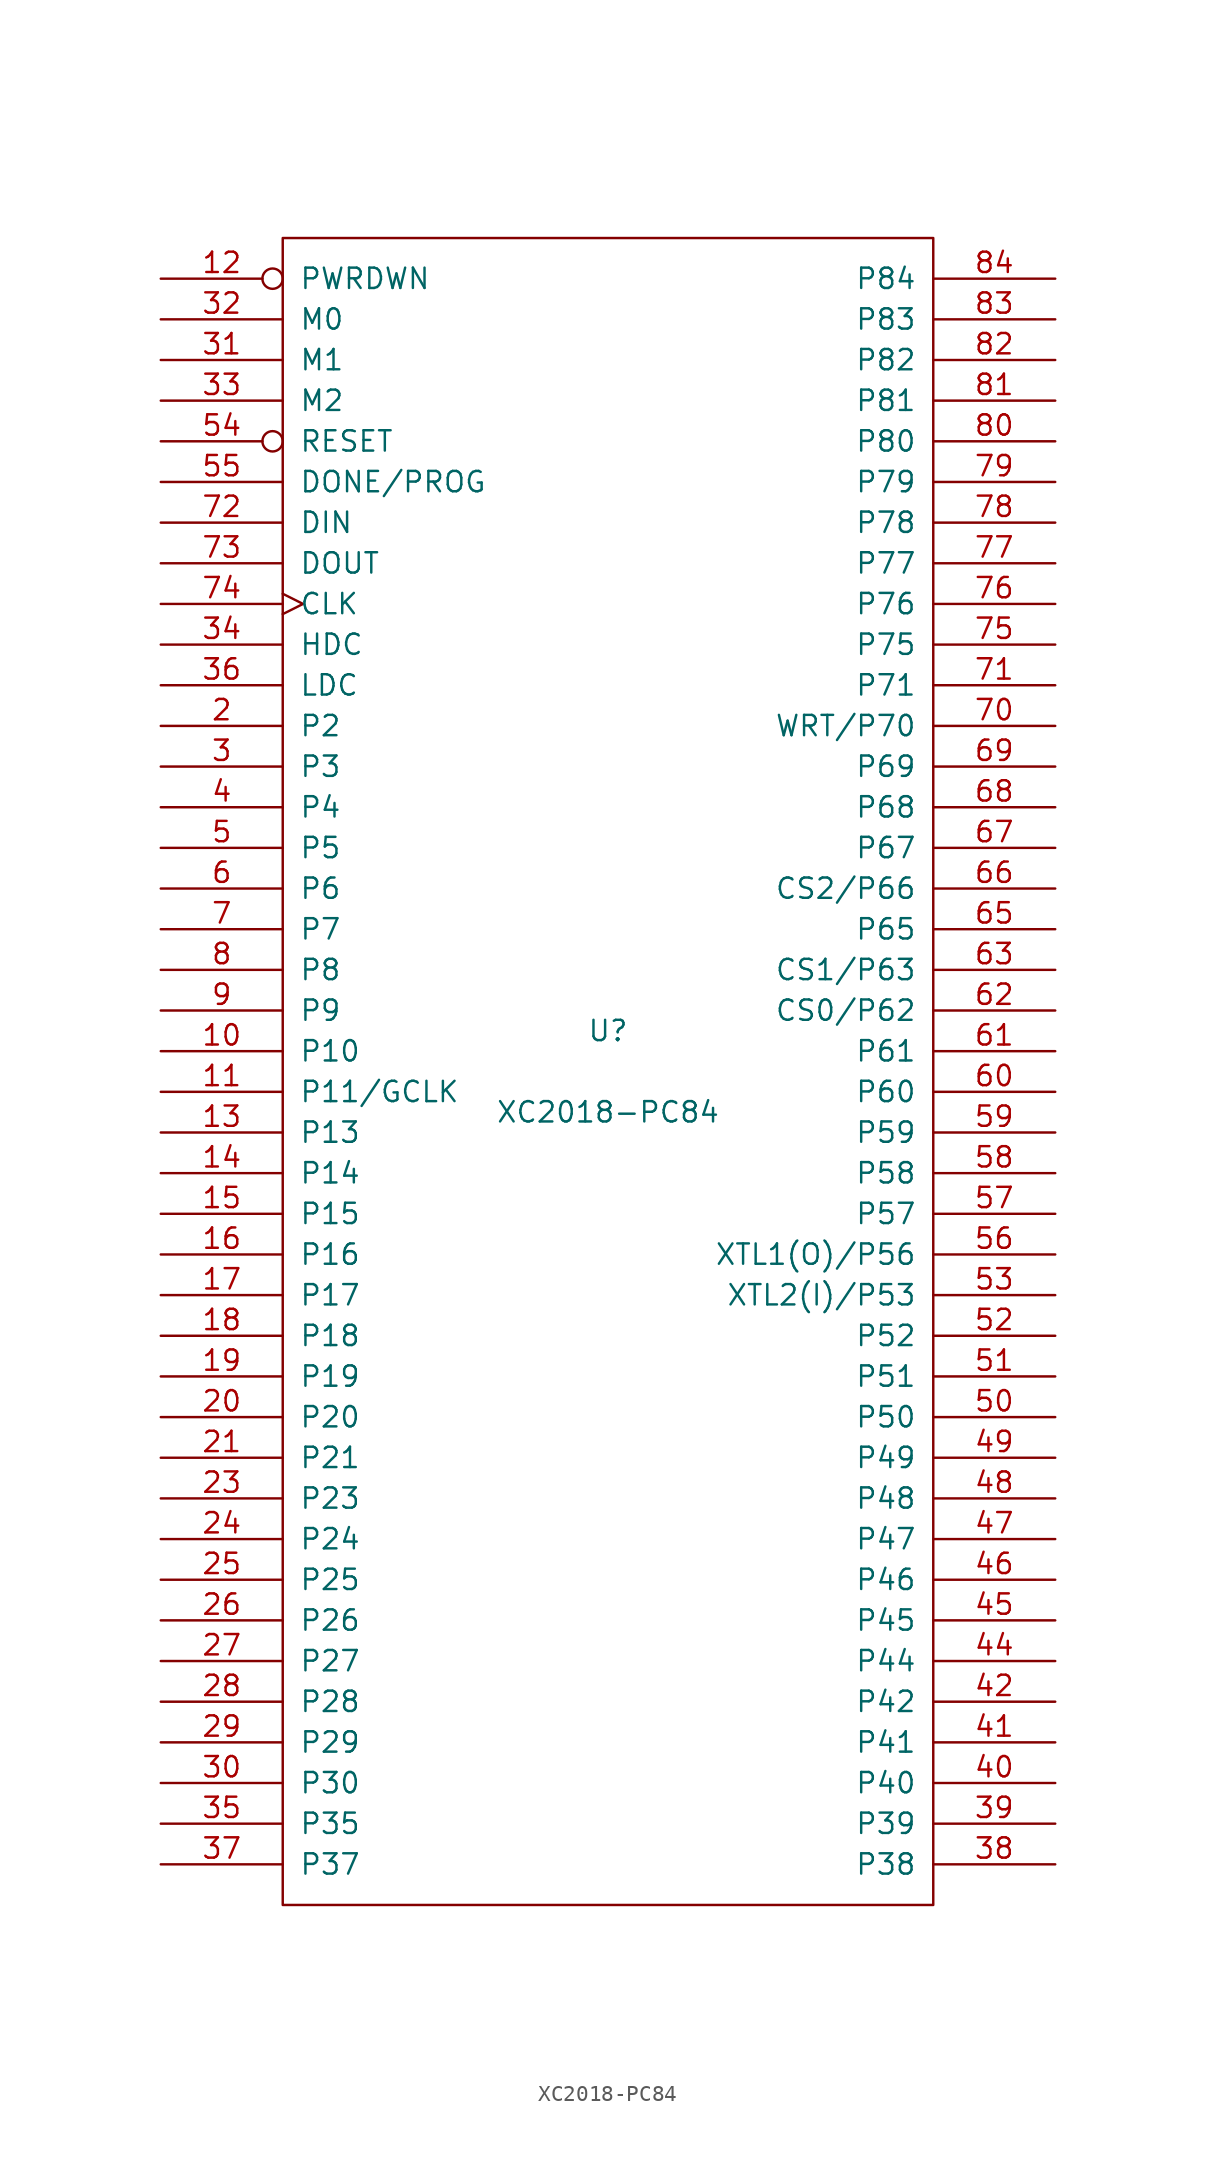
<source format=kicad_sym>
(kicad_symbol_lib
  (version 20201005)
  (generator kicad_symbol_editor)
  (symbol "FPGA_Xilinx:XC2018-PC84"
    (pin_names
      (offset 1.016))
    (property "Reference" "U"
      (at 0 2.54 0)
      (effects (font (size 1.27 1.27))))
    (property "Value" "XC2018-PC84"
      (at 0 -2.54 0)
      (effects (font (size 1.27 1.27))))
    (symbol "XC2018-PC84_0_1"
      (rectangle (start -20.32 -52.07) (end 20.32 52.07) (stroke (width 0)) (fill (type none))))
    (symbol "XC2018-PC84_1_1"
      (pin power_in line (at -2.54 -52.07 90) (length 0) hide (name "GND" (effects (font (size 1.27 1.27)))) (number "1" (effects (font (size 1.27 1.27)))))
      (pin passive line (at -27.94 1.27 0) (length 7.62) (name "P10" (effects (font (size 1.27 1.27)))) (number "10" (effects (font (size 1.27 1.27)))))
      (pin passive line (at -27.94 -1.27 0) (length 7.62) (name "P11/GCLK" (effects (font (size 1.27 1.27)))) (number "11" (effects (font (size 1.27 1.27)))))
      (pin input inverted (at -27.94 49.53 0) (length 7.62) (name "PWRDWN" (effects (font (size 1.27 1.27)))) (number "12" (effects (font (size 1.27 1.27)))))
      (pin passive line (at -27.94 -3.81 0) (length 7.62) (name "P13" (effects (font (size 1.27 1.27)))) (number "13" (effects (font (size 1.27 1.27)))))
      (pin passive line (at -27.94 -6.35 0) (length 7.62) (name "P14" (effects (font (size 1.27 1.27)))) (number "14" (effects (font (size 1.27 1.27)))))
      (pin passive line (at -27.94 -8.89 0) (length 7.62) (name "P15" (effects (font (size 1.27 1.27)))) (number "15" (effects (font (size 1.27 1.27)))))
      (pin passive line (at -27.94 -11.43 0) (length 7.62) (name "P16" (effects (font (size 1.27 1.27)))) (number "16" (effects (font (size 1.27 1.27)))))
      (pin passive line (at -27.94 -13.97 0) (length 7.62) (name "P17" (effects (font (size 1.27 1.27)))) (number "17" (effects (font (size 1.27 1.27)))))
      (pin passive line (at -27.94 -16.51 0) (length 7.62) (name "P18" (effects (font (size 1.27 1.27)))) (number "18" (effects (font (size 1.27 1.27)))))
      (pin passive line (at -27.94 -19.05 0) (length 7.62) (name "P19" (effects (font (size 1.27 1.27)))) (number "19" (effects (font (size 1.27 1.27)))))
      (pin passive line (at -27.94 21.59 0) (length 7.62) (name "P2" (effects (font (size 1.27 1.27)))) (number "2" (effects (font (size 1.27 1.27)))))
      (pin passive line (at -27.94 -21.59 0) (length 7.62) (name "P20" (effects (font (size 1.27 1.27)))) (number "20" (effects (font (size 1.27 1.27)))))
      (pin passive line (at -27.94 -24.13 0) (length 7.62) (name "P21" (effects (font (size 1.27 1.27)))) (number "21" (effects (font (size 1.27 1.27)))))
      (pin power_in line (at 0 52.07 270) (length 0) hide (name "VCC" (effects (font (size 1.27 1.27)))) (number "22" (effects (font (size 1.27 1.27)))))
      (pin passive line (at -27.94 -26.67 0) (length 7.62) (name "P23" (effects (font (size 1.27 1.27)))) (number "23" (effects (font (size 1.27 1.27)))))
      (pin passive line (at -27.94 -29.21 0) (length 7.62) (name "P24" (effects (font (size 1.27 1.27)))) (number "24" (effects (font (size 1.27 1.27)))))
      (pin passive line (at -27.94 -31.75 0) (length 7.62) (name "P25" (effects (font (size 1.27 1.27)))) (number "25" (effects (font (size 1.27 1.27)))))
      (pin passive line (at -27.94 -34.29 0) (length 7.62) (name "P26" (effects (font (size 1.27 1.27)))) (number "26" (effects (font (size 1.27 1.27)))))
      (pin passive line (at -27.94 -36.83 0) (length 7.62) (name "P27" (effects (font (size 1.27 1.27)))) (number "27" (effects (font (size 1.27 1.27)))))
      (pin passive line (at -27.94 -39.37 0) (length 7.62) (name "P28" (effects (font (size 1.27 1.27)))) (number "28" (effects (font (size 1.27 1.27)))))
      (pin passive line (at -27.94 -41.91 0) (length 7.62) (name "P29" (effects (font (size 1.27 1.27)))) (number "29" (effects (font (size 1.27 1.27)))))
      (pin passive line (at -27.94 19.05 0) (length 7.62) (name "P3" (effects (font (size 1.27 1.27)))) (number "3" (effects (font (size 1.27 1.27)))))
      (pin passive line (at -27.94 -44.45 0) (length 7.62) (name "P30" (effects (font (size 1.27 1.27)))) (number "30" (effects (font (size 1.27 1.27)))))
      (pin input line (at -27.94 44.45 0) (length 7.62) (name "M1" (effects (font (size 1.27 1.27)))) (number "31" (effects (font (size 1.27 1.27)))))
      (pin input line (at -27.94 46.99 0) (length 7.62) (name "M0" (effects (font (size 1.27 1.27)))) (number "32" (effects (font (size 1.27 1.27)))))
      (pin bidirectional line (at -27.94 41.91 0) (length 7.62) (name "M2" (effects (font (size 1.27 1.27)))) (number "33" (effects (font (size 1.27 1.27)))))
      (pin passive line (at -27.94 26.67 0) (length 7.62) (name "HDC" (effects (font (size 1.27 1.27)))) (number "34" (effects (font (size 1.27 1.27)))))
      (pin passive line (at -27.94 -46.99 0) (length 7.62) (name "P35" (effects (font (size 1.27 1.27)))) (number "35" (effects (font (size 1.27 1.27)))))
      (pin passive line (at -27.94 24.13 0) (length 7.62) (name "LDC" (effects (font (size 1.27 1.27)))) (number "36" (effects (font (size 1.27 1.27)))))
      (pin passive line (at -27.94 -49.53 0) (length 7.62) (name "P37" (effects (font (size 1.27 1.27)))) (number "37" (effects (font (size 1.27 1.27)))))
      (pin passive line (at 27.94 -49.53 180) (length 7.62) (name "P38" (effects (font (size 1.27 1.27)))) (number "38" (effects (font (size 1.27 1.27)))))
      (pin passive line (at 27.94 -46.99 180) (length 7.62) (name "P39" (effects (font (size 1.27 1.27)))) (number "39" (effects (font (size 1.27 1.27)))))
      (pin passive line (at -27.94 16.51 0) (length 7.62) (name "P4" (effects (font (size 1.27 1.27)))) (number "4" (effects (font (size 1.27 1.27)))))
      (pin passive line (at 27.94 -44.45 180) (length 7.62) (name "P40" (effects (font (size 1.27 1.27)))) (number "40" (effects (font (size 1.27 1.27)))))
      (pin passive line (at 27.94 -41.91 180) (length 7.62) (name "P41" (effects (font (size 1.27 1.27)))) (number "41" (effects (font (size 1.27 1.27)))))
      (pin passive line (at 27.94 -39.37 180) (length 7.62) (name "P42" (effects (font (size 1.27 1.27)))) (number "42" (effects (font (size 1.27 1.27)))))
      (pin power_in line (at 0 -52.07 90) (length 0) hide (name "GND" (effects (font (size 1.27 1.27)))) (number "43" (effects (font (size 1.27 1.27)))))
      (pin passive line (at 27.94 -36.83 180) (length 7.62) (name "P44" (effects (font (size 1.27 1.27)))) (number "44" (effects (font (size 1.27 1.27)))))
      (pin passive line (at 27.94 -34.29 180) (length 7.62) (name "P45" (effects (font (size 1.27 1.27)))) (number "45" (effects (font (size 1.27 1.27)))))
      (pin passive line (at 27.94 -31.75 180) (length 7.62) (name "P46" (effects (font (size 1.27 1.27)))) (number "46" (effects (font (size 1.27 1.27)))))
      (pin passive line (at 27.94 -29.21 180) (length 7.62) (name "P47" (effects (font (size 1.27 1.27)))) (number "47" (effects (font (size 1.27 1.27)))))
      (pin passive line (at 27.94 -26.67 180) (length 7.62) (name "P48" (effects (font (size 1.27 1.27)))) (number "48" (effects (font (size 1.27 1.27)))))
      (pin passive line (at 27.94 -24.13 180) (length 7.62) (name "P49" (effects (font (size 1.27 1.27)))) (number "49" (effects (font (size 1.27 1.27)))))
      (pin passive line (at -27.94 13.97 0) (length 7.62) (name "P5" (effects (font (size 1.27 1.27)))) (number "5" (effects (font (size 1.27 1.27)))))
      (pin passive line (at 27.94 -21.59 180) (length 7.62) (name "P50" (effects (font (size 1.27 1.27)))) (number "50" (effects (font (size 1.27 1.27)))))
      (pin passive line (at 27.94 -19.05 180) (length 7.62) (name "P51" (effects (font (size 1.27 1.27)))) (number "51" (effects (font (size 1.27 1.27)))))
      (pin passive line (at 27.94 -16.51 180) (length 7.62) (name "P52" (effects (font (size 1.27 1.27)))) (number "52" (effects (font (size 1.27 1.27)))))
      (pin passive line (at 27.94 -13.97 180) (length 7.62) (name "XTL2(I)/P53" (effects (font (size 1.27 1.27)))) (number "53" (effects (font (size 1.27 1.27)))))
      (pin input inverted (at -27.94 39.37 0) (length 7.62) (name "RESET" (effects (font (size 1.27 1.27)))) (number "54" (effects (font (size 1.27 1.27)))))
      (pin bidirectional line (at -27.94 36.83 0) (length 7.62) (name "DONE/PROG" (effects (font (size 1.27 1.27)))) (number "55" (effects (font (size 1.27 1.27)))))
      (pin passive line (at 27.94 -11.43 180) (length 7.62) (name "XTL1(O)/P56" (effects (font (size 1.27 1.27)))) (number "56" (effects (font (size 1.27 1.27)))))
      (pin passive line (at 27.94 -8.89 180) (length 7.62) (name "P57" (effects (font (size 1.27 1.27)))) (number "57" (effects (font (size 1.27 1.27)))))
      (pin passive line (at 27.94 -6.35 180) (length 7.62) (name "P58" (effects (font (size 1.27 1.27)))) (number "58" (effects (font (size 1.27 1.27)))))
      (pin passive line (at 27.94 -3.81 180) (length 7.62) (name "P59" (effects (font (size 1.27 1.27)))) (number "59" (effects (font (size 1.27 1.27)))))
      (pin passive line (at -27.94 11.43 0) (length 7.62) (name "P6" (effects (font (size 1.27 1.27)))) (number "6" (effects (font (size 1.27 1.27)))))
      (pin passive line (at 27.94 -1.27 180) (length 7.62) (name "P60" (effects (font (size 1.27 1.27)))) (number "60" (effects (font (size 1.27 1.27)))))
      (pin passive line (at 27.94 1.27 180) (length 7.62) (name "P61" (effects (font (size 1.27 1.27)))) (number "61" (effects (font (size 1.27 1.27)))))
      (pin passive line (at 27.94 3.81 180) (length 7.62) (name "CS0/P62" (effects (font (size 1.27 1.27)))) (number "62" (effects (font (size 1.27 1.27)))))
      (pin passive line (at 27.94 6.35 180) (length 7.62) (name "CS1/P63" (effects (font (size 1.27 1.27)))) (number "63" (effects (font (size 1.27 1.27)))))
      (pin power_in line (at -2.54 52.07 270) (length 0) hide (name "VCC" (effects (font (size 1.27 1.27)))) (number "64" (effects (font (size 1.27 1.27)))))
      (pin passive line (at 27.94 8.89 180) (length 7.62) (name "P65" (effects (font (size 1.27 1.27)))) (number "65" (effects (font (size 1.27 1.27)))))
      (pin passive line (at 27.94 11.43 180) (length 7.62) (name "CS2/P66" (effects (font (size 1.27 1.27)))) (number "66" (effects (font (size 1.27 1.27)))))
      (pin passive line (at 27.94 13.97 180) (length 7.62) (name "P67" (effects (font (size 1.27 1.27)))) (number "67" (effects (font (size 1.27 1.27)))))
      (pin passive line (at 27.94 16.51 180) (length 7.62) (name "P68" (effects (font (size 1.27 1.27)))) (number "68" (effects (font (size 1.27 1.27)))))
      (pin passive line (at 27.94 19.05 180) (length 7.62) (name "P69" (effects (font (size 1.27 1.27)))) (number "69" (effects (font (size 1.27 1.27)))))
      (pin passive line (at -27.94 8.89 0) (length 7.62) (name "P7" (effects (font (size 1.27 1.27)))) (number "7" (effects (font (size 1.27 1.27)))))
      (pin passive line (at 27.94 21.59 180) (length 7.62) (name "WRT/P70" (effects (font (size 1.27 1.27)))) (number "70" (effects (font (size 1.27 1.27)))))
      (pin passive line (at 27.94 24.13 180) (length 7.62) (name "P71" (effects (font (size 1.27 1.27)))) (number "71" (effects (font (size 1.27 1.27)))))
      (pin input line (at -27.94 34.29 0) (length 7.62) (name "DIN" (effects (font (size 1.27 1.27)))) (number "72" (effects (font (size 1.27 1.27)))))
      (pin passive line (at -27.94 31.75 0) (length 7.62) (name "DOUT" (effects (font (size 1.27 1.27)))) (number "73" (effects (font (size 1.27 1.27)))))
      (pin bidirectional clock (at -27.94 29.21 0) (length 7.62) (name "CLK" (effects (font (size 1.27 1.27)))) (number "74" (effects (font (size 1.27 1.27)))))
      (pin passive line (at 27.94 26.67 180) (length 7.62) (name "P75" (effects (font (size 1.27 1.27)))) (number "75" (effects (font (size 1.27 1.27)))))
      (pin passive line (at 27.94 29.21 180) (length 7.62) (name "P76" (effects (font (size 1.27 1.27)))) (number "76" (effects (font (size 1.27 1.27)))))
      (pin passive line (at 27.94 31.75 180) (length 7.62) (name "P77" (effects (font (size 1.27 1.27)))) (number "77" (effects (font (size 1.27 1.27)))))
      (pin passive line (at 27.94 34.29 180) (length 7.62) (name "P78" (effects (font (size 1.27 1.27)))) (number "78" (effects (font (size 1.27 1.27)))))
      (pin passive line (at 27.94 36.83 180) (length 7.62) (name "P79" (effects (font (size 1.27 1.27)))) (number "79" (effects (font (size 1.27 1.27)))))
      (pin passive line (at -27.94 6.35 0) (length 7.62) (name "P8" (effects (font (size 1.27 1.27)))) (number "8" (effects (font (size 1.27 1.27)))))
      (pin passive line (at 27.94 39.37 180) (length 7.62) (name "P80" (effects (font (size 1.27 1.27)))) (number "80" (effects (font (size 1.27 1.27)))))
      (pin passive line (at 27.94 41.91 180) (length 7.62) (name "P81" (effects (font (size 1.27 1.27)))) (number "81" (effects (font (size 1.27 1.27)))))
      (pin passive line (at 27.94 44.45 180) (length 7.62) (name "P82" (effects (font (size 1.27 1.27)))) (number "82" (effects (font (size 1.27 1.27)))))
      (pin passive line (at 27.94 46.99 180) (length 7.62) (name "P83" (effects (font (size 1.27 1.27)))) (number "83" (effects (font (size 1.27 1.27)))))
      (pin passive line (at 27.94 49.53 180) (length 7.62) (name "P84" (effects (font (size 1.27 1.27)))) (number "84" (effects (font (size 1.27 1.27)))))
      (pin passive line (at -27.94 3.81 0) (length 7.62) (name "P9" (effects (font (size 1.27 1.27)))) (number "9" (effects (font (size 1.27 1.27))))))))
</source>
